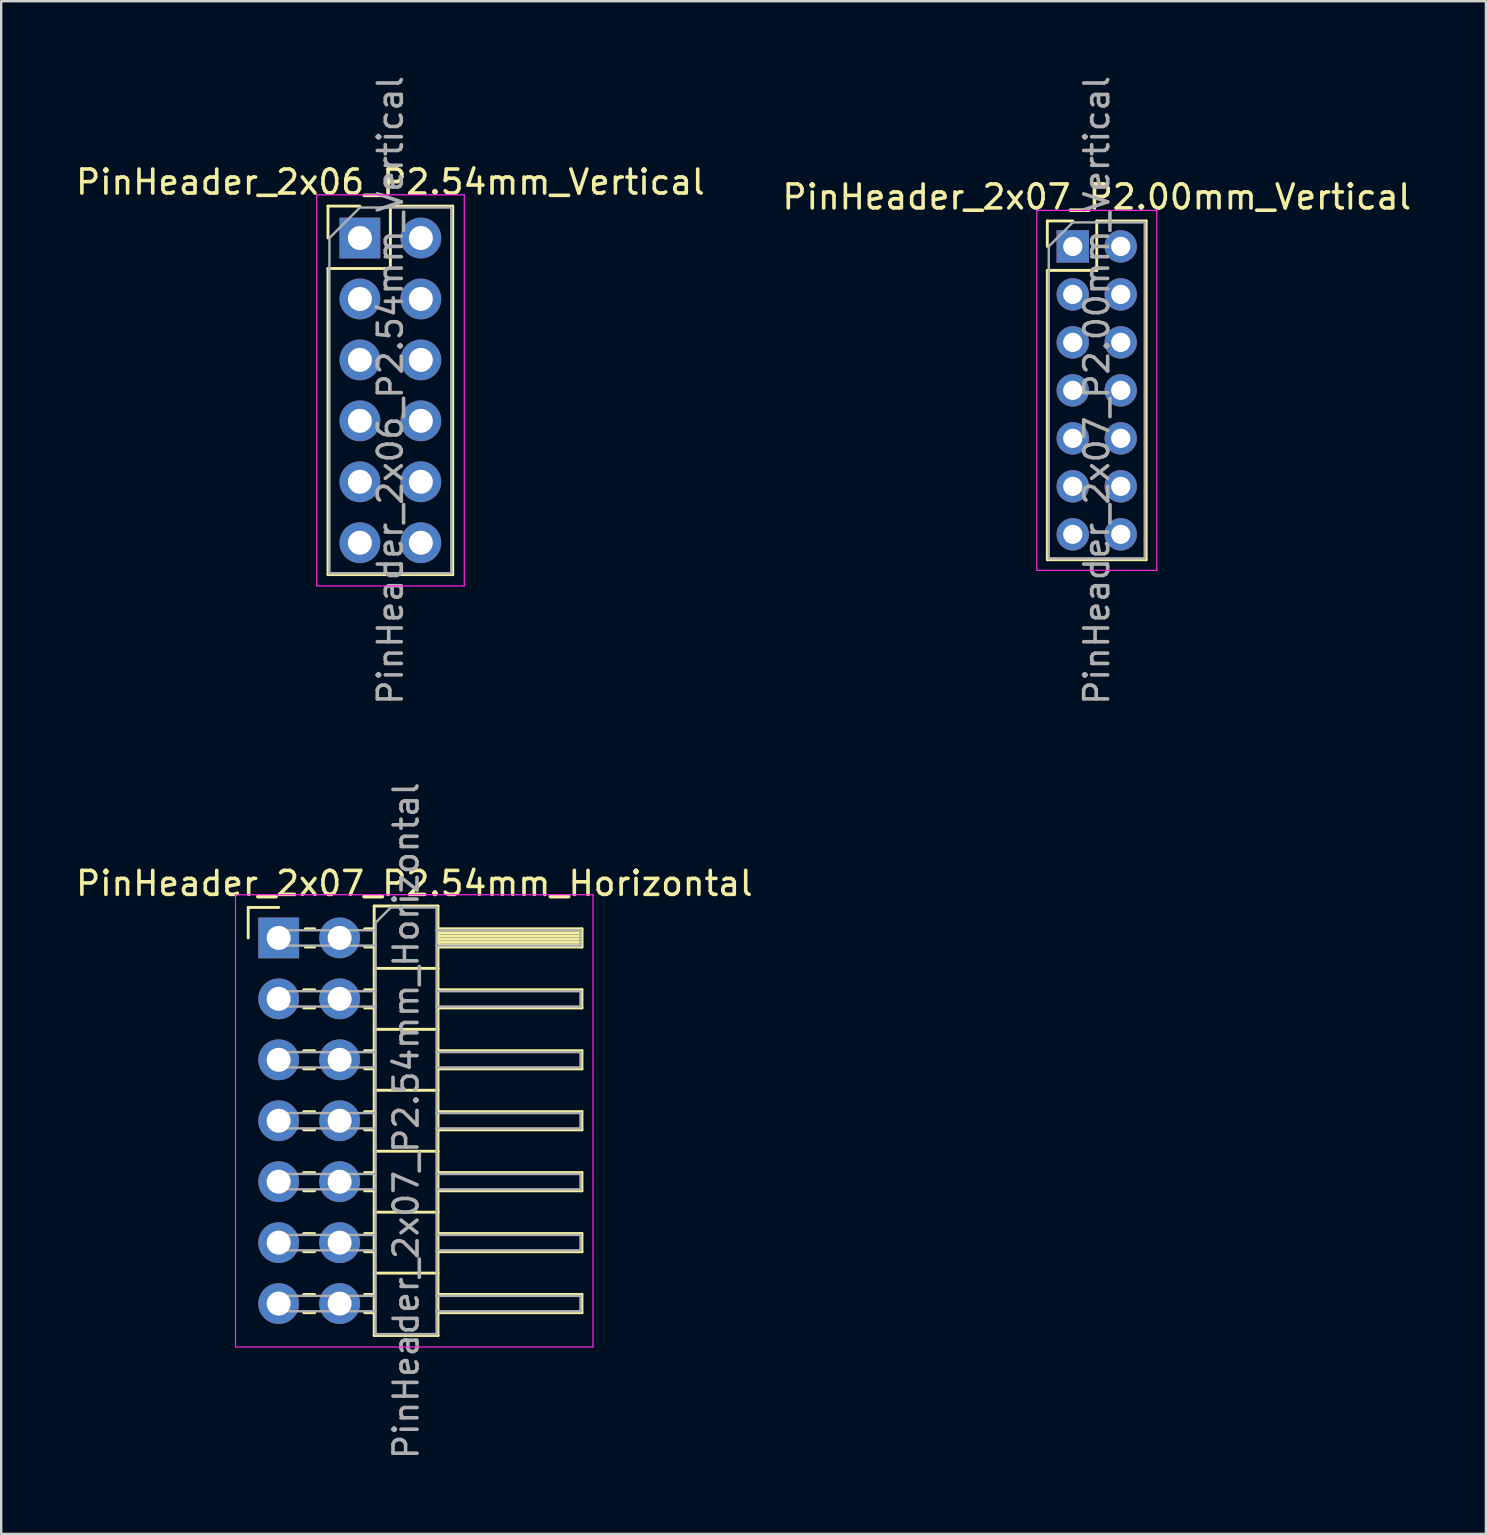
<source format=kicad_pcb>
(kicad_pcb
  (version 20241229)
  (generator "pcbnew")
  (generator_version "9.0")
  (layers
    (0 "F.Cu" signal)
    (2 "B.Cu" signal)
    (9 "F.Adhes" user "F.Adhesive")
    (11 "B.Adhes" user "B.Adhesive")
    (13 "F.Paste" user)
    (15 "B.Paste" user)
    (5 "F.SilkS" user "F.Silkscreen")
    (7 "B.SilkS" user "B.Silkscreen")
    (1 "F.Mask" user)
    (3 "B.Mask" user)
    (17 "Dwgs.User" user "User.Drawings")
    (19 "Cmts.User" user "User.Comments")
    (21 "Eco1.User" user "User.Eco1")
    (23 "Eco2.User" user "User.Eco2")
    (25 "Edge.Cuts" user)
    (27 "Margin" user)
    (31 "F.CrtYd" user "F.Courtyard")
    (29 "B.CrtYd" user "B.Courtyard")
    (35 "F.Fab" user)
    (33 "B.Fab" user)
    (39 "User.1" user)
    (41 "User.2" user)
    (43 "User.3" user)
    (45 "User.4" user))
  (footprint "PinHeader_2x06_P2.54mm_Vertical"
    (layer "F.Cu")
    (at 11.95 6.87)
    (property "Reference" "PinHeader_2x06_P2.54mm_Vertical" (at 1.27 -2.33 0) (layer "F.SilkS") (effects (font (size 1 1) (thickness 0.15))))
    (attr through_hole)
    (fp_line (start -1.33 -1.33) (end 0 -1.33) (stroke (width 0.12) (type solid)) (layer "F.SilkS"))
    (fp_line (start -1.33 0) (end -1.33 -1.33) (stroke (width 0.12) (type solid)) (layer "F.SilkS"))
    (fp_line (start -1.33 1.27) (end -1.33 14.03) (stroke (width 0.12) (type solid)) (layer "F.SilkS"))
    (fp_line (start -1.33 1.27) (end 1.27 1.27) (stroke (width 0.12) (type solid)) (layer "F.SilkS"))
    (fp_line (start -1.33 14.03) (end 3.87 14.03) (stroke (width 0.12) (type solid)) (layer "F.SilkS"))
    (fp_line (start 1.27 -1.33) (end 3.87 -1.33) (stroke (width 0.12) (type solid)) (layer "F.SilkS"))
    (fp_line (start 1.27 1.27) (end 1.27 -1.33) (stroke (width 0.12) (type solid)) (layer "F.SilkS"))
    (fp_line (start 3.87 -1.33) (end 3.87 14.03) (stroke (width 0.12) (type solid)) (layer "F.SilkS"))
    (fp_line (start -1.8 -1.8) (end -1.8 14.5) (stroke (width 0.05) (type solid)) (layer "F.CrtYd"))
    (fp_line (start -1.8 14.5) (end 4.35 14.5) (stroke (width 0.05) (type solid)) (layer "F.CrtYd"))
    (fp_line (start 4.35 -1.8) (end -1.8 -1.8) (stroke (width 0.05) (type solid)) (layer "F.CrtYd"))
    (fp_line (start 4.35 14.5) (end 4.35 -1.8) (stroke (width 0.05) (type solid)) (layer "F.CrtYd"))
    (fp_line (start -1.27 0) (end 0 -1.27) (stroke (width 0.1) (type solid)) (layer "F.Fab"))
    (fp_line (start -1.27 13.97) (end -1.27 0) (stroke (width 0.1) (type solid)) (layer "F.Fab"))
    (fp_line (start 0 -1.27) (end 3.81 -1.27) (stroke (width 0.1) (type solid)) (layer "F.Fab"))
    (fp_line (start 3.81 -1.27) (end 3.81 13.97) (stroke (width 0.1) (type solid)) (layer "F.Fab"))
    (fp_line (start 3.81 13.97) (end -1.27 13.97) (stroke (width 0.1) (type solid)) (layer "F.Fab"))
    (fp_text user "${REFERENCE}" (at 1.27 6.35 90) (layer "F.Fab") (effects (font (size 1 1) (thickness 0.15))))
    (pad "1" thru_hole rect (at 0 0) (size 1.7 1.7) (drill 1) (layers "*.Cu" "*.Mask"))
    (pad "2" thru_hole oval (at 2.54 0) (size 1.7 1.7) (drill 1) (layers "*.Cu" "*.Mask"))
    (pad "3" thru_hole oval (at 0 2.54) (size 1.7 1.7) (drill 1) (layers "*.Cu" "*.Mask"))
    (pad "4" thru_hole oval (at 2.54 2.54) (size 1.7 1.7) (drill 1) (layers "*.Cu" "*.Mask"))
    (pad "5" thru_hole oval (at 0 5.08) (size 1.7 1.7) (drill 1) (layers "*.Cu" "*.Mask"))
    (pad "6" thru_hole oval (at 2.54 5.08) (size 1.7 1.7) (drill 1) (layers "*.Cu" "*.Mask"))
    (pad "7" thru_hole oval (at 0 7.62) (size 1.7 1.7) (drill 1) (layers "*.Cu" "*.Mask"))
    (pad "8" thru_hole oval (at 2.54 7.62) (size 1.7 1.7) (drill 1) (layers "*.Cu" "*.Mask"))
    (pad "9" thru_hole oval (at 0 10.16) (size 1.7 1.7) (drill 1) (layers "*.Cu" "*.Mask"))
    (pad "10" thru_hole oval (at 2.54 10.16) (size 1.7 1.7) (drill 1) (layers "*.Cu" "*.Mask"))
    (pad "11" thru_hole oval (at 0 12.7) (size 1.7 1.7) (drill 1) (layers "*.Cu" "*.Mask"))
    (pad "12" thru_hole oval (at 2.54 12.7) (size 1.7 1.7) (drill 1) (layers "*.Cu" "*.Mask")))
  (footprint "PinHeader_2x07_P2.00mm_Vertical"
    (layer "F.Cu")
    (at 41.661 7.22)
    (property "Reference" "PinHeader_2x07_P2.00mm_Vertical" (at 1 -2.06 0) (layer "F.SilkS") (effects (font (size 1 1) (thickness 0.15))))
    (attr through_hole)
    (fp_line (start -1.06 -1.06) (end 0 -1.06) (stroke (width 0.12) (type solid)) (layer "F.SilkS"))
    (fp_line (start -1.06 0) (end -1.06 -1.06) (stroke (width 0.12) (type solid)) (layer "F.SilkS"))
    (fp_line (start -1.06 1) (end -1.06 13.06) (stroke (width 0.12) (type solid)) (layer "F.SilkS"))
    (fp_line (start -1.06 1) (end 1 1) (stroke (width 0.12) (type solid)) (layer "F.SilkS"))
    (fp_line (start -1.06 13.06) (end 3.06 13.06) (stroke (width 0.12) (type solid)) (layer "F.SilkS"))
    (fp_line (start 1 -1.06) (end 3.06 -1.06) (stroke (width 0.12) (type solid)) (layer "F.SilkS"))
    (fp_line (start 1 1) (end 1 -1.06) (stroke (width 0.12) (type solid)) (layer "F.SilkS"))
    (fp_line (start 3.06 -1.06) (end 3.06 13.06) (stroke (width 0.12) (type solid)) (layer "F.SilkS"))
    (fp_line (start -1.5 -1.5) (end -1.5 13.5) (stroke (width 0.05) (type solid)) (layer "F.CrtYd"))
    (fp_line (start -1.5 13.5) (end 3.5 13.5) (stroke (width 0.05) (type solid)) (layer "F.CrtYd"))
    (fp_line (start 3.5 -1.5) (end -1.5 -1.5) (stroke (width 0.05) (type solid)) (layer "F.CrtYd"))
    (fp_line (start 3.5 13.5) (end 3.5 -1.5) (stroke (width 0.05) (type solid)) (layer "F.CrtYd"))
    (fp_line (start -1 0) (end 0 -1) (stroke (width 0.1) (type solid)) (layer "F.Fab"))
    (fp_line (start -1 13) (end -1 0) (stroke (width 0.1) (type solid)) (layer "F.Fab"))
    (fp_line (start 0 -1) (end 3 -1) (stroke (width 0.1) (type solid)) (layer "F.Fab"))
    (fp_line (start 3 -1) (end 3 13) (stroke (width 0.1) (type solid)) (layer "F.Fab"))
    (fp_line (start 3 13) (end -1 13) (stroke (width 0.1) (type solid)) (layer "F.Fab"))
    (fp_text user "${REFERENCE}" (at 1 6 90) (layer "F.Fab") (effects (font (size 1 1) (thickness 0.15))))
    (pad "1" thru_hole rect (at 0 0) (size 1.35 1.35) (drill 0.8) (layers "*.Cu" "*.Mask"))
    (pad "2" thru_hole oval (at 2 0) (size 1.35 1.35) (drill 0.8) (layers "*.Cu" "*.Mask"))
    (pad "3" thru_hole oval (at 0 2) (size 1.35 1.35) (drill 0.8) (layers "*.Cu" "*.Mask"))
    (pad "4" thru_hole oval (at 2 2) (size 1.35 1.35) (drill 0.8) (layers "*.Cu" "*.Mask"))
    (pad "5" thru_hole oval (at 0 4) (size 1.35 1.35) (drill 0.8) (layers "*.Cu" "*.Mask"))
    (pad "6" thru_hole oval (at 2 4) (size 1.35 1.35) (drill 0.8) (layers "*.Cu" "*.Mask"))
    (pad "7" thru_hole oval (at 0 6) (size 1.35 1.35) (drill 0.8) (layers "*.Cu" "*.Mask"))
    (pad "8" thru_hole oval (at 2 6) (size 1.35 1.35) (drill 0.8) (layers "*.Cu" "*.Mask"))
    (pad "9" thru_hole oval (at 0 8) (size 1.35 1.35) (drill 0.8) (layers "*.Cu" "*.Mask"))
    (pad "10" thru_hole oval (at 2 8) (size 1.35 1.35) (drill 0.8) (layers "*.Cu" "*.Mask"))
    (pad "11" thru_hole oval (at 0 10) (size 1.35 1.35) (drill 0.8) (layers "*.Cu" "*.Mask"))
    (pad "12" thru_hole oval (at 2 10) (size 1.35 1.35) (drill 0.8) (layers "*.Cu" "*.Mask"))
    (pad "13" thru_hole oval (at 0 12) (size 1.35 1.35) (drill 0.8) (layers "*.Cu" "*.Mask"))
    (pad "14" thru_hole oval (at 2 12) (size 1.35 1.35) (drill 0.8) (layers "*.Cu" "*.Mask")))
  (footprint "PinHeader_2x07_P2.54mm_Horizontal"
    (layer "F.Cu")
    (at 8.565 36.041)
    (property "Reference" "PinHeader_2x07_P2.54mm_Horizontal" (at 5.655 -2.27 0) (layer "F.SilkS") (effects (font (size 1 1) (thickness 0.15))))
    (attr through_hole)
    (fp_line (start -1.27 -1.27) (end 0 -1.27) (stroke (width 0.12) (type solid)) (layer "F.SilkS"))
    (fp_line (start -1.27 0) (end -1.27 -1.27) (stroke (width 0.12) (type solid)) (layer "F.SilkS"))
    (fp_line (start 1.043 2.16) (end 1.497 2.16) (stroke (width 0.12) (type solid)) (layer "F.SilkS"))
    (fp_line (start 1.043 2.92) (end 1.497 2.92) (stroke (width 0.12) (type solid)) (layer "F.SilkS"))
    (fp_line (start 1.043 4.7) (end 1.497 4.7) (stroke (width 0.12) (type solid)) (layer "F.SilkS"))
    (fp_line (start 1.043 5.46) (end 1.497 5.46) (stroke (width 0.12) (type solid)) (layer "F.SilkS"))
    (fp_line (start 1.043 7.24) (end 1.497 7.24) (stroke (width 0.12) (type solid)) (layer "F.SilkS"))
    (fp_line (start 1.043 8) (end 1.497 8) (stroke (width 0.12) (type solid)) (layer "F.SilkS"))
    (fp_line (start 1.043 9.78) (end 1.497 9.78) (stroke (width 0.12) (type solid)) (layer "F.SilkS"))
    (fp_line (start 1.043 10.54) (end 1.497 10.54) (stroke (width 0.12) (type solid)) (layer "F.SilkS"))
    (fp_line (start 1.043 12.32) (end 1.497 12.32) (stroke (width 0.12) (type solid)) (layer "F.SilkS"))
    (fp_line (start 1.043 13.08) (end 1.497 13.08) (stroke (width 0.12) (type solid)) (layer "F.SilkS"))
    (fp_line (start 1.043 14.86) (end 1.497 14.86) (stroke (width 0.12) (type solid)) (layer "F.SilkS"))
    (fp_line (start 1.043 15.62) (end 1.497 15.62) (stroke (width 0.12) (type solid)) (layer "F.SilkS"))
    (fp_line (start 1.11 -0.38) (end 1.497 -0.38) (stroke (width 0.12) (type solid)) (layer "F.SilkS"))
    (fp_line (start 1.11 0.38) (end 1.497 0.38) (stroke (width 0.12) (type solid)) (layer "F.SilkS"))
    (fp_line (start 3.583 -0.38) (end 3.98 -0.38) (stroke (width 0.12) (type solid)) (layer "F.SilkS"))
    (fp_line (start 3.583 0.38) (end 3.98 0.38) (stroke (width 0.12) (type solid)) (layer "F.SilkS"))
    (fp_line (start 3.583 2.16) (end 3.98 2.16) (stroke (width 0.12) (type solid)) (layer "F.SilkS"))
    (fp_line (start 3.583 2.92) (end 3.98 2.92) (stroke (width 0.12) (type solid)) (layer "F.SilkS"))
    (fp_line (start 3.583 4.7) (end 3.98 4.7) (stroke (width 0.12) (type solid)) (layer "F.SilkS"))
    (fp_line (start 3.583 5.46) (end 3.98 5.46) (stroke (width 0.12) (type solid)) (layer "F.SilkS"))
    (fp_line (start 3.583 7.24) (end 3.98 7.24) (stroke (width 0.12) (type solid)) (layer "F.SilkS"))
    (fp_line (start 3.583 8) (end 3.98 8) (stroke (width 0.12) (type solid)) (layer "F.SilkS"))
    (fp_line (start 3.583 9.78) (end 3.98 9.78) (stroke (width 0.12) (type solid)) (layer "F.SilkS"))
    (fp_line (start 3.583 10.54) (end 3.98 10.54) (stroke (width 0.12) (type solid)) (layer "F.SilkS"))
    (fp_line (start 3.583 12.32) (end 3.98 12.32) (stroke (width 0.12) (type solid)) (layer "F.SilkS"))
    (fp_line (start 3.583 13.08) (end 3.98 13.08) (stroke (width 0.12) (type solid)) (layer "F.SilkS"))
    (fp_line (start 3.583 14.86) (end 3.98 14.86) (stroke (width 0.12) (type solid)) (layer "F.SilkS"))
    (fp_line (start 3.583 15.62) (end 3.98 15.62) (stroke (width 0.12) (type solid)) (layer "F.SilkS"))
    (fp_line (start 3.98 -1.33) (end 3.98 16.57) (stroke (width 0.12) (type solid)) (layer "F.SilkS"))
    (fp_line (start 3.98 1.27) (end 6.64 1.27) (stroke (width 0.12) (type solid)) (layer "F.SilkS"))
    (fp_line (start 3.98 3.81) (end 6.64 3.81) (stroke (width 0.12) (type solid)) (layer "F.SilkS"))
    (fp_line (start 3.98 6.35) (end 6.64 6.35) (stroke (width 0.12) (type solid)) (layer "F.SilkS"))
    (fp_line (start 3.98 8.89) (end 6.64 8.89) (stroke (width 0.12) (type solid)) (layer "F.SilkS"))
    (fp_line (start 3.98 11.43) (end 6.64 11.43) (stroke (width 0.12) (type solid)) (layer "F.SilkS"))
    (fp_line (start 3.98 13.97) (end 6.64 13.97) (stroke (width 0.12) (type solid)) (layer "F.SilkS"))
    (fp_line (start 3.98 16.57) (end 6.64 16.57) (stroke (width 0.12) (type solid)) (layer "F.SilkS"))
    (fp_line (start 6.64 -1.33) (end 3.98 -1.33) (stroke (width 0.12) (type solid)) (layer "F.SilkS"))
    (fp_line (start 6.64 -0.38) (end 12.64 -0.38) (stroke (width 0.12) (type solid)) (layer "F.SilkS"))
    (fp_line (start 6.64 -0.32) (end 12.64 -0.32) (stroke (width 0.12) (type solid)) (layer "F.SilkS"))
    (fp_line (start 6.64 -0.2) (end 12.64 -0.2) (stroke (width 0.12) (type solid)) (layer "F.SilkS"))
    (fp_line (start 6.64 -0.08) (end 12.64 -0.08) (stroke (width 0.12) (type solid)) (layer "F.SilkS"))
    (fp_line (start 6.64 0.04) (end 12.64 0.04) (stroke (width 0.12) (type solid)) (layer "F.SilkS"))
    (fp_line (start 6.64 0.16) (end 12.64 0.16) (stroke (width 0.12) (type solid)) (layer "F.SilkS"))
    (fp_line (start 6.64 0.28) (end 12.64 0.28) (stroke (width 0.12) (type solid)) (layer "F.SilkS"))
    (fp_line (start 6.64 2.16) (end 12.64 2.16) (stroke (width 0.12) (type solid)) (layer "F.SilkS"))
    (fp_line (start 6.64 4.7) (end 12.64 4.7) (stroke (width 0.12) (type solid)) (layer "F.SilkS"))
    (fp_line (start 6.64 7.24) (end 12.64 7.24) (stroke (width 0.12) (type solid)) (layer "F.SilkS"))
    (fp_line (start 6.64 9.78) (end 12.64 9.78) (stroke (width 0.12) (type solid)) (layer "F.SilkS"))
    (fp_line (start 6.64 12.32) (end 12.64 12.32) (stroke (width 0.12) (type solid)) (layer "F.SilkS"))
    (fp_line (start 6.64 14.86) (end 12.64 14.86) (stroke (width 0.12) (type solid)) (layer "F.SilkS"))
    (fp_line (start 6.64 16.57) (end 6.64 -1.33) (stroke (width 0.12) (type solid)) (layer "F.SilkS"))
    (fp_line (start 12.64 -0.38) (end 12.64 0.38) (stroke (width 0.12) (type solid)) (layer "F.SilkS"))
    (fp_line (start 12.64 0.38) (end 6.64 0.38) (stroke (width 0.12) (type solid)) (layer "F.SilkS"))
    (fp_line (start 12.64 2.16) (end 12.64 2.92) (stroke (width 0.12) (type solid)) (layer "F.SilkS"))
    (fp_line (start 12.64 2.92) (end 6.64 2.92) (stroke (width 0.12) (type solid)) (layer "F.SilkS"))
    (fp_line (start 12.64 4.7) (end 12.64 5.46) (stroke (width 0.12) (type solid)) (layer "F.SilkS"))
    (fp_line (start 12.64 5.46) (end 6.64 5.46) (stroke (width 0.12) (type solid)) (layer "F.SilkS"))
    (fp_line (start 12.64 7.24) (end 12.64 8) (stroke (width 0.12) (type solid)) (layer "F.SilkS"))
    (fp_line (start 12.64 8) (end 6.64 8) (stroke (width 0.12) (type solid)) (layer "F.SilkS"))
    (fp_line (start 12.64 9.78) (end 12.64 10.54) (stroke (width 0.12) (type solid)) (layer "F.SilkS"))
    (fp_line (start 12.64 10.54) (end 6.64 10.54) (stroke (width 0.12) (type solid)) (layer "F.SilkS"))
    (fp_line (start 12.64 12.32) (end 12.64 13.08) (stroke (width 0.12) (type solid)) (layer "F.SilkS"))
    (fp_line (start 12.64 13.08) (end 6.64 13.08) (stroke (width 0.12) (type solid)) (layer "F.SilkS"))
    (fp_line (start 12.64 14.86) (end 12.64 15.62) (stroke (width 0.12) (type solid)) (layer "F.SilkS"))
    (fp_line (start 12.64 15.62) (end 6.64 15.62) (stroke (width 0.12) (type solid)) (layer "F.SilkS"))
    (fp_line (start -1.8 -1.8) (end -1.8 17.05) (stroke (width 0.05) (type solid)) (layer "F.CrtYd"))
    (fp_line (start -1.8 17.05) (end 13.1 17.05) (stroke (width 0.05) (type solid)) (layer "F.CrtYd"))
    (fp_line (start 13.1 -1.8) (end -1.8 -1.8) (stroke (width 0.05) (type solid)) (layer "F.CrtYd"))
    (fp_line (start 13.1 17.05) (end 13.1 -1.8) (stroke (width 0.05) (type solid)) (layer "F.CrtYd"))
    (fp_line (start -0.32 -0.32) (end -0.32 0.32) (stroke (width 0.1) (type solid)) (layer "F.Fab"))
    (fp_line (start -0.32 -0.32) (end 4.04 -0.32) (stroke (width 0.1) (type solid)) (layer "F.Fab"))
    (fp_line (start -0.32 0.32) (end 4.04 0.32) (stroke (width 0.1) (type solid)) (layer "F.Fab"))
    (fp_line (start -0.32 2.22) (end -0.32 2.86) (stroke (width 0.1) (type solid)) (layer "F.Fab"))
    (fp_line (start -0.32 2.22) (end 4.04 2.22) (stroke (width 0.1) (type solid)) (layer "F.Fab"))
    (fp_line (start -0.32 2.86) (end 4.04 2.86) (stroke (width 0.1) (type solid)) (layer "F.Fab"))
    (fp_line (start -0.32 4.76) (end -0.32 5.4) (stroke (width 0.1) (type solid)) (layer "F.Fab"))
    (fp_line (start -0.32 4.76) (end 4.04 4.76) (stroke (width 0.1) (type solid)) (layer "F.Fab"))
    (fp_line (start -0.32 5.4) (end 4.04 5.4) (stroke (width 0.1) (type solid)) (layer "F.Fab"))
    (fp_line (start -0.32 7.3) (end -0.32 7.94) (stroke (width 0.1) (type solid)) (layer "F.Fab"))
    (fp_line (start -0.32 7.3) (end 4.04 7.3) (stroke (width 0.1) (type solid)) (layer "F.Fab"))
    (fp_line (start -0.32 7.94) (end 4.04 7.94) (stroke (width 0.1) (type solid)) (layer "F.Fab"))
    (fp_line (start -0.32 9.84) (end -0.32 10.48) (stroke (width 0.1) (type solid)) (layer "F.Fab"))
    (fp_line (start -0.32 9.84) (end 4.04 9.84) (stroke (width 0.1) (type solid)) (layer "F.Fab"))
    (fp_line (start -0.32 10.48) (end 4.04 10.48) (stroke (width 0.1) (type solid)) (layer "F.Fab"))
    (fp_line (start -0.32 12.38) (end -0.32 13.02) (stroke (width 0.1) (type solid)) (layer "F.Fab"))
    (fp_line (start -0.32 12.38) (end 4.04 12.38) (stroke (width 0.1) (type solid)) (layer "F.Fab"))
    (fp_line (start -0.32 13.02) (end 4.04 13.02) (stroke (width 0.1) (type solid)) (layer "F.Fab"))
    (fp_line (start -0.32 14.92) (end -0.32 15.56) (stroke (width 0.1) (type solid)) (layer "F.Fab"))
    (fp_line (start -0.32 14.92) (end 4.04 14.92) (stroke (width 0.1) (type solid)) (layer "F.Fab"))
    (fp_line (start -0.32 15.56) (end 4.04 15.56) (stroke (width 0.1) (type solid)) (layer "F.Fab"))
    (fp_line (start 4.04 -0.635) (end 4.675 -1.27) (stroke (width 0.1) (type solid)) (layer "F.Fab"))
    (fp_line (start 4.04 16.51) (end 4.04 -0.635) (stroke (width 0.1) (type solid)) (layer "F.Fab"))
    (fp_line (start 4.675 -1.27) (end 6.58 -1.27) (stroke (width 0.1) (type solid)) (layer "F.Fab"))
    (fp_line (start 6.58 -1.27) (end 6.58 16.51) (stroke (width 0.1) (type solid)) (layer "F.Fab"))
    (fp_line (start 6.58 -0.32) (end 12.58 -0.32) (stroke (width 0.1) (type solid)) (layer "F.Fab"))
    (fp_line (start 6.58 0.32) (end 12.58 0.32) (stroke (width 0.1) (type solid)) (layer "F.Fab"))
    (fp_line (start 6.58 2.22) (end 12.58 2.22) (stroke (width 0.1) (type solid)) (layer "F.Fab"))
    (fp_line (start 6.58 2.86) (end 12.58 2.86) (stroke (width 0.1) (type solid)) (layer "F.Fab"))
    (fp_line (start 6.58 4.76) (end 12.58 4.76) (stroke (width 0.1) (type solid)) (layer "F.Fab"))
    (fp_line (start 6.58 5.4) (end 12.58 5.4) (stroke (width 0.1) (type solid)) (layer "F.Fab"))
    (fp_line (start 6.58 7.3) (end 12.58 7.3) (stroke (width 0.1) (type solid)) (layer "F.Fab"))
    (fp_line (start 6.58 7.94) (end 12.58 7.94) (stroke (width 0.1) (type solid)) (layer "F.Fab"))
    (fp_line (start 6.58 9.84) (end 12.58 9.84) (stroke (width 0.1) (type solid)) (layer "F.Fab"))
    (fp_line (start 6.58 10.48) (end 12.58 10.48) (stroke (width 0.1) (type solid)) (layer "F.Fab"))
    (fp_line (start 6.58 12.38) (end 12.58 12.38) (stroke (width 0.1) (type solid)) (layer "F.Fab"))
    (fp_line (start 6.58 13.02) (end 12.58 13.02) (stroke (width 0.1) (type solid)) (layer "F.Fab"))
    (fp_line (start 6.58 14.92) (end 12.58 14.92) (stroke (width 0.1) (type solid)) (layer "F.Fab"))
    (fp_line (start 6.58 15.56) (end 12.58 15.56) (stroke (width 0.1) (type solid)) (layer "F.Fab"))
    (fp_line (start 6.58 16.51) (end 4.04 16.51) (stroke (width 0.1) (type solid)) (layer "F.Fab"))
    (fp_line (start 12.58 -0.32) (end 12.58 0.32) (stroke (width 0.1) (type solid)) (layer "F.Fab"))
    (fp_line (start 12.58 2.22) (end 12.58 2.86) (stroke (width 0.1) (type solid)) (layer "F.Fab"))
    (fp_line (start 12.58 4.76) (end 12.58 5.4) (stroke (width 0.1) (type solid)) (layer "F.Fab"))
    (fp_line (start 12.58 7.3) (end 12.58 7.94) (stroke (width 0.1) (type solid)) (layer "F.Fab"))
    (fp_line (start 12.58 9.84) (end 12.58 10.48) (stroke (width 0.1) (type solid)) (layer "F.Fab"))
    (fp_line (start 12.58 12.38) (end 12.58 13.02) (stroke (width 0.1) (type solid)) (layer "F.Fab"))
    (fp_line (start 12.58 14.92) (end 12.58 15.56) (stroke (width 0.1) (type solid)) (layer "F.Fab"))
    (fp_text user "${REFERENCE}" (at 5.31 7.62 90) (layer "F.Fab") (effects (font (size 1 1) (thickness 0.15))))
    (pad "1" thru_hole rect (at 0 0) (size 1.7 1.7) (drill 1) (layers "*.Cu" "*.Mask"))
    (pad "2" thru_hole oval (at 2.54 0) (size 1.7 1.7) (drill 1) (layers "*.Cu" "*.Mask"))
    (pad "3" thru_hole oval (at 0 2.54) (size 1.7 1.7) (drill 1) (layers "*.Cu" "*.Mask"))
    (pad "4" thru_hole oval (at 2.54 2.54) (size 1.7 1.7) (drill 1) (layers "*.Cu" "*.Mask"))
    (pad "5" thru_hole oval (at 0 5.08) (size 1.7 1.7) (drill 1) (layers "*.Cu" "*.Mask"))
    (pad "6" thru_hole oval (at 2.54 5.08) (size 1.7 1.7) (drill 1) (layers "*.Cu" "*.Mask"))
    (pad "7" thru_hole oval (at 0 7.62) (size 1.7 1.7) (drill 1) (layers "*.Cu" "*.Mask"))
    (pad "8" thru_hole oval (at 2.54 7.62) (size 1.7 1.7) (drill 1) (layers "*.Cu" "*.Mask"))
    (pad "9" thru_hole oval (at 0 10.16) (size 1.7 1.7) (drill 1) (layers "*.Cu" "*.Mask"))
    (pad "10" thru_hole oval (at 2.54 10.16) (size 1.7 1.7) (drill 1) (layers "*.Cu" "*.Mask"))
    (pad "11" thru_hole oval (at 0 12.7) (size 1.7 1.7) (drill 1) (layers "*.Cu" "*.Mask"))
    (pad "12" thru_hole oval (at 2.54 12.7) (size 1.7 1.7) (drill 1) (layers "*.Cu" "*.Mask"))
    (pad "13" thru_hole oval (at 0 15.24) (size 1.7 1.7) (drill 1) (layers "*.Cu" "*.Mask"))
    (pad "14" thru_hole oval (at 2.54 15.24) (size 1.7 1.7) (drill 1) (layers "*.Cu" "*.Mask")))
  (gr_rect
    (start -3 -3)
    (end 58.881 60.881)
    (stroke (width 0.1) (type default))
    (fill no)
    (layer "Edge.Cuts")))
</source>
